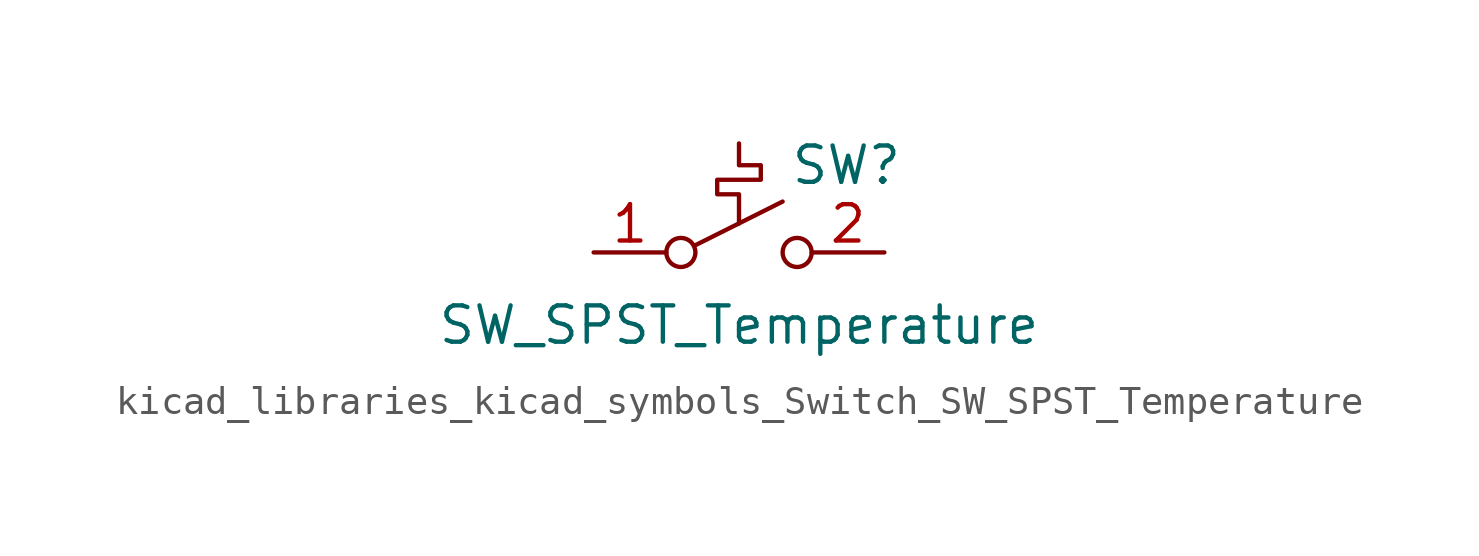
<source format=kicad_sym>
(kicad_symbol_lib
  (version 20220914)
  (generator kicad_symbol_editor)
  (symbol "kicad_libraries_kicad_symbols_Switch_SW_SPST_Temperature"
    (pin_names
      (offset 0) hide)
    (property "Reference" "SW"
      (at 1.778 3.048 0)
      (effects (font (size 1.27 1.27)) (justify left)))
    (property "Value" "SW_SPST_Temperature"
      (at 0 -2.54 0)
      (effects (font (size 1.27 1.27))))
    (symbol "kicad_libraries_kicad_symbols_Switch_SW_SPST_Temperature_0_0"
      (circle (center -2.032 0) (radius 0.508) (stroke (width 0) (type default)) (fill (type none)))
      (polyline (pts (xy -1.524 0.254) (xy 1.524 1.778)) (stroke (width 0) (type default)) (fill (type none)))
      (polyline (pts (xy 0 1.016) (xy 0 2.032) (xy -0.762 2.032) (xy -0.762 2.54) (xy 0.762 2.54) (xy 0.762 3.048) (xy 0 3.048) (xy 0 3.81)) (stroke (width 0) (type default)) (fill (type none)))
      (circle (center 2.032 0) (radius 0.508) (stroke (width 0) (type default)) (fill (type none))))
    (symbol "kicad_libraries_kicad_symbols_Switch_SW_SPST_Temperature_1_1"
      (pin passive line (at -5.08 0 0) (length 2.54) (name "A" (effects (font (size 1.27 1.27)))) (number "1" (effects (font (size 1.27 1.27)))))
      (pin passive line (at 5.08 0 180) (length 2.54) (name "B" (effects (font (size 1.27 1.27)))) (number "2" (effects (font (size 1.27 1.27))))))))
</source>
